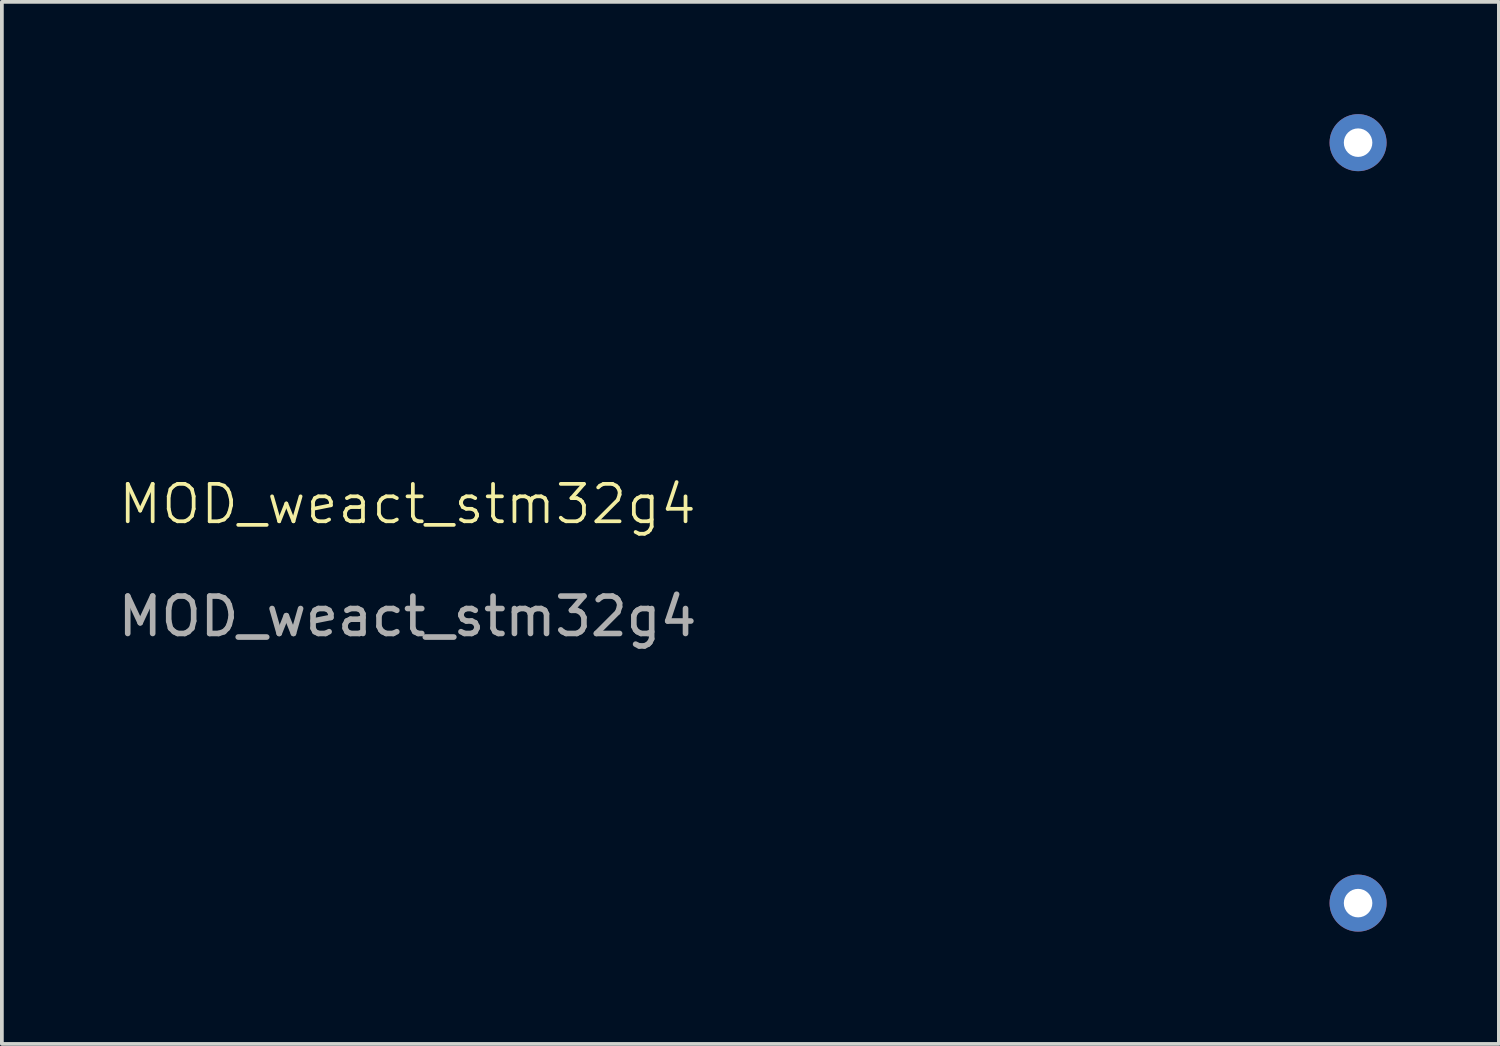
<source format=kicad_pcb>
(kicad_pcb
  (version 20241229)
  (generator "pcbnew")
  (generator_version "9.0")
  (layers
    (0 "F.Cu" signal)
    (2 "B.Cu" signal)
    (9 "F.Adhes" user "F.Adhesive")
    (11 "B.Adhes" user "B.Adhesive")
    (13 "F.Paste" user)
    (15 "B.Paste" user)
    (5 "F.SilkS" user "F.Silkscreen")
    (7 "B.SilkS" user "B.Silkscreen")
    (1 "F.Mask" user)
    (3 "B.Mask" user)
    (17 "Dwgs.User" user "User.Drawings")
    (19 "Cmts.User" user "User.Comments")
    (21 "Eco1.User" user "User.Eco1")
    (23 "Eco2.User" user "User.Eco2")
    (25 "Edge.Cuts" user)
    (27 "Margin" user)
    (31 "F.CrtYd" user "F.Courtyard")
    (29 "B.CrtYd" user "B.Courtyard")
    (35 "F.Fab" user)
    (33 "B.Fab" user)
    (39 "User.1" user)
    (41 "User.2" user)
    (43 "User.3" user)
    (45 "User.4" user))
  (footprint "MOD_weact_stm32g4"
    (layer "F.Cu")
    (at 7.839 10.922)
    (property "Reference" "MOD_weact_stm32g4" (at 0 -0.5 0) (unlocked yes) (layer "F.SilkS") (effects (font (size 1 1) (thickness 0.1))))
    (attr through_hole)
    (fp_text user "${REFERENCE}" (at 0 2.5 0) (unlocked yes) (layer "F.Fab") (effects (font (size 1 1) (thickness 0.15))))
    (pad "1" thru_hole circle (at 25.4 -10.16) (size 1.524 1.524) (drill 0.762) (layers "*.Cu" "*.Mask"))
    (pad "2" thru_hole circle (at 25.4 10.16) (size 1.524 1.524) (drill 0.762) (layers "*.Cu" "*.Mask")))
  (gr_rect
    (start -3 -3)
    (end 37.001 24.844)
    (stroke (width 0.1) (type default))
    (fill no)
    (layer "Edge.Cuts")))
</source>
